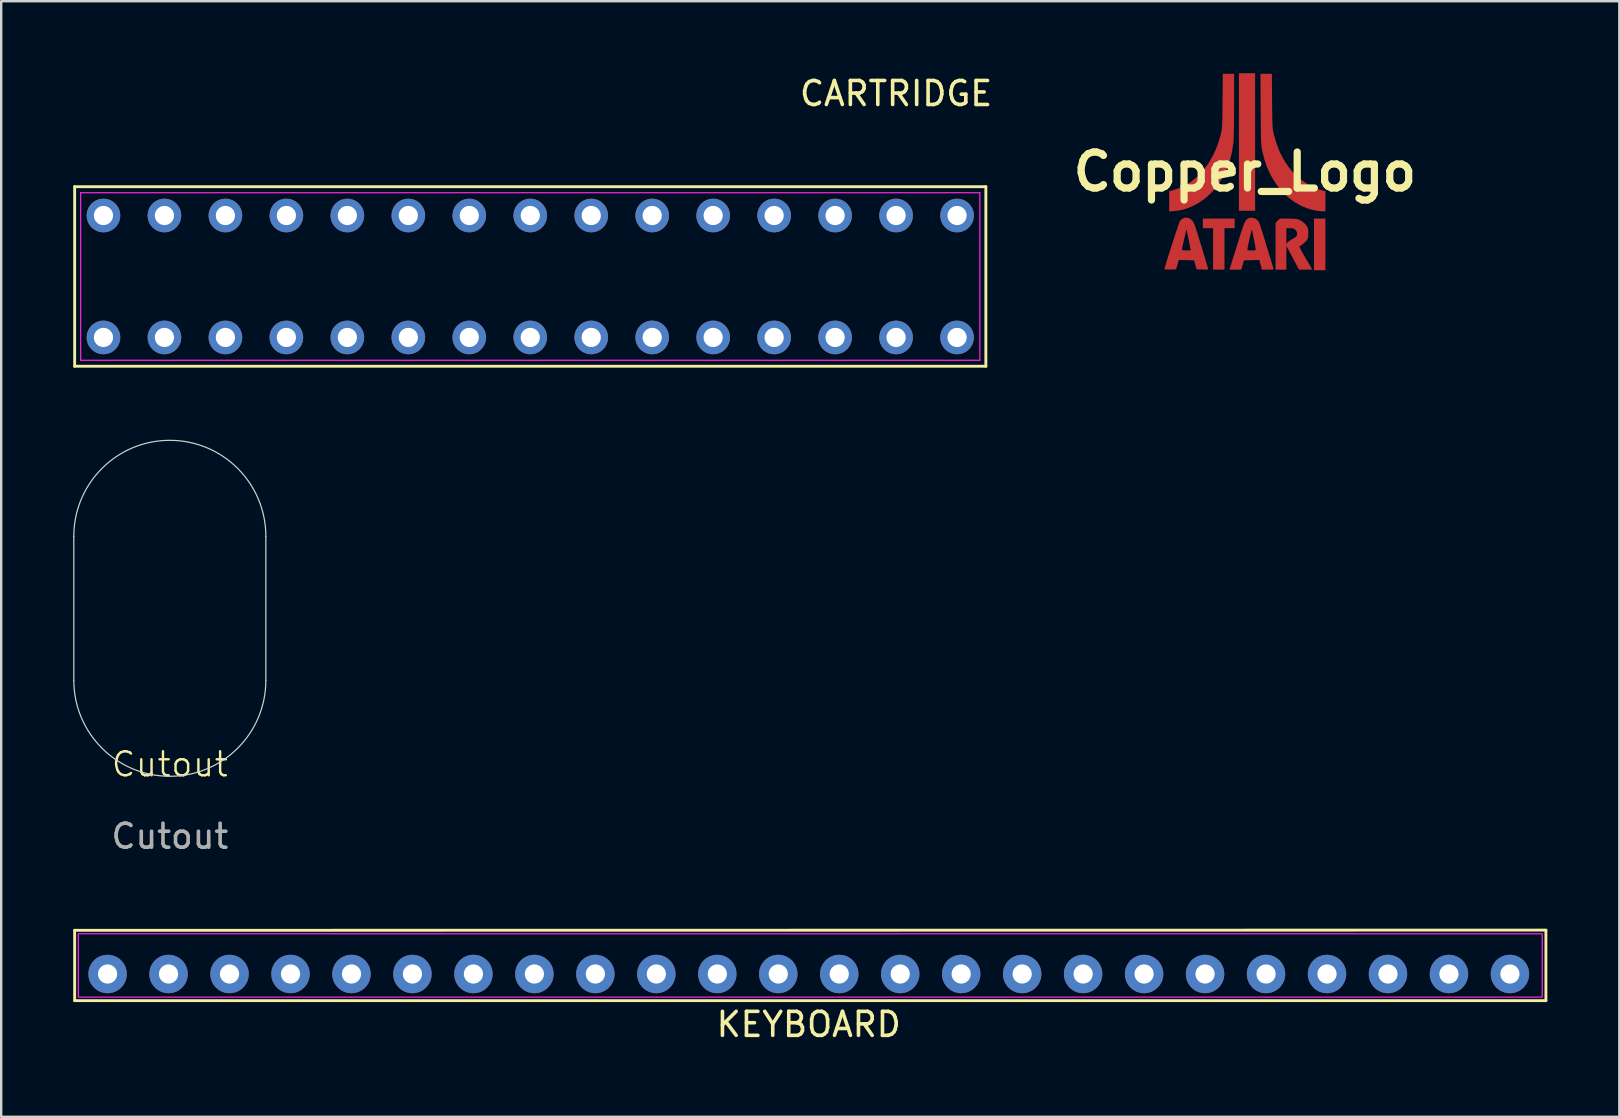
<source format=kicad_pcb>
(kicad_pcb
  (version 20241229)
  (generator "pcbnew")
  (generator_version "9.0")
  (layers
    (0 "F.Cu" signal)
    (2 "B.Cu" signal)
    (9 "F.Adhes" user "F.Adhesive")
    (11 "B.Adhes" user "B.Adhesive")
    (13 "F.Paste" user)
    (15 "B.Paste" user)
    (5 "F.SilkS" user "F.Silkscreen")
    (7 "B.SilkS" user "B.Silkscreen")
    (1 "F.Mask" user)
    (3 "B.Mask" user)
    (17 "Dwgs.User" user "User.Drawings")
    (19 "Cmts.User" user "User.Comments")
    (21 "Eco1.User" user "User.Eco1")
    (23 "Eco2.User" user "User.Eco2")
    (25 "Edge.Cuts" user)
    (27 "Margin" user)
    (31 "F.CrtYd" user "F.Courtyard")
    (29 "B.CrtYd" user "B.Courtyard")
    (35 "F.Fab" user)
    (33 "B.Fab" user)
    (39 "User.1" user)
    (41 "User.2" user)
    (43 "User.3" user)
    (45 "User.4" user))
  (footprint "Copper_Logo"
    (layer "F.Cu")
    (at 48.812 4.104)
    (property "Reference" "Copper_Logo" (at 0 0 0) (layer "F.SilkS") (effects (font (size 1.5 1.5) (thickness 0.3))))
    (attr board_only exclude_from_pos_files exclude_from_bom)
    (fp_poly (pts (xy 0.425 -1.239) (xy 0.425 1.627) (xy 0.088 1.627) (xy -0.25 1.627) (xy -0.25 -1.239) (xy -0.25 -4.104) (xy 0.088 -4.104) (xy 0.425 -4.104)) (stroke (width 0) (type solid)) (fill yes) (layer "F.Cu"))
    (fp_poly (pts (xy 3.353 3.028) (xy 3.353 4.104) (xy 3.116 4.104) (xy 2.878 4.104) (xy 2.878 3.028) (xy 2.878 1.952) (xy 3.116 1.952) (xy 3.353 1.952)) (stroke (width 0) (type solid)) (fill yes) (layer "F.Cu"))
    (fp_poly (pts (xy -0.425 2.152) (xy -0.425 2.352) (xy -0.638 2.352) (xy -0.851 2.352) (xy -0.851 3.216) (xy -0.851 4.079) (xy -1.089 4.079) (xy -1.326 4.079) (xy -1.326 3.216) (xy -1.326 2.352) (xy -1.539 2.352) (xy -1.752 2.352) (xy -1.752 2.152) (xy -1.752 1.952) (xy -1.089 1.952) (xy -0.425 1.952)) (stroke (width 0) (type solid)) (fill yes) (layer "F.Cu"))
    (fp_poly (pts (xy -0.45 -2.78) (xy -0.451 -2.515) (xy -0.452 -2.259) (xy -0.455 -2.017) (xy -0.458 -1.795) (xy -0.462 -1.6) (xy -0.466 -1.436) (xy -0.471 -1.31) (xy -0.476 -1.228) (xy -0.477 -1.223) (xy -0.539 -0.815) (xy -0.639 -0.427) (xy -0.776 -0.061) (xy -0.948 0.278) (xy -1.152 0.587) (xy -1.387 0.864) (xy -1.65 1.105) (xy -1.939 1.307) (xy -2.115 1.403) (xy -2.383 1.519) (xy -2.649 1.595) (xy -2.932 1.638) (xy -2.947 1.639) (xy -3.153 1.657) (xy -3.153 1.235) (xy -3.153 0.812) (xy -2.988 0.769) (xy -2.817 0.713) (xy -2.627 0.633) (xy -2.439 0.537) (xy -2.272 0.436) (xy -2.236 0.411) (xy -1.968 0.19) (xy -1.724 -0.072) (xy -1.505 -0.37) (xy -1.316 -0.7) (xy -1.159 -1.058) (xy -1.036 -1.438) (xy -0.997 -1.597) (xy -0.984 -1.658) (xy -0.973 -1.718) (xy -0.964 -1.782) (xy -0.957 -1.856) (xy -0.951 -1.944) (xy -0.946 -2.053) (xy -0.943 -2.187) (xy -0.939 -2.352) (xy -0.937 -2.553) (xy -0.934 -2.796) (xy -0.933 -2.959) (xy -0.922 -4.079) (xy -0.686 -4.079) (xy -0.45 -4.079)) (stroke (width 0) (type solid)) (fill yes) (layer "F.Cu"))
    (fp_poly (pts (xy 1.133 -2.947) (xy 1.135 -2.679) (xy 1.137 -2.455) (xy 1.14 -2.272) (xy 1.143 -2.122) (xy 1.147 -2.001) (xy 1.151 -1.903) (xy 1.157 -1.824) (xy 1.165 -1.757) (xy 1.174 -1.698) (xy 1.186 -1.641) (xy 1.2 -1.581) (xy 1.207 -1.552) (xy 1.32 -1.161) (xy 1.459 -0.808) (xy 1.628 -0.485) (xy 1.829 -0.186) (xy 1.965 -0.017) (xy 2.153 0.177) (xy 2.371 0.356) (xy 2.607 0.515) (xy 2.851 0.646) (xy 3.09 0.741) (xy 3.174 0.766) (xy 3.353 0.812) (xy 3.353 1.232) (xy 3.353 1.652) (xy 3.247 1.649) (xy 3.16 1.643) (xy 3.054 1.632) (xy 2.99 1.624) (xy 2.675 1.554) (xy 2.371 1.436) (xy 2.081 1.275) (xy 1.809 1.073) (xy 1.557 0.832) (xy 1.33 0.555) (xy 1.131 0.245) (xy 1.015 0.023) (xy 0.905 -0.233) (xy 0.817 -0.49) (xy 0.744 -0.768) (xy 0.721 -0.871) (xy 0.71 -0.929) (xy 0.7 -0.985) (xy 0.691 -1.043) (xy 0.684 -1.108) (xy 0.678 -1.184) (xy 0.673 -1.276) (xy 0.67 -1.389) (xy 0.666 -1.526) (xy 0.664 -1.692) (xy 0.662 -1.892) (xy 0.66 -2.13) (xy 0.658 -2.411) (xy 0.656 -2.609) (xy 0.647 -4.079) (xy 0.885 -4.079) (xy 1.122 -4.079)) (stroke (width 0) (type solid)) (fill yes) (layer "F.Cu"))
    (fp_poly (pts (xy 1.796 1.953) (xy 1.974 1.957) (xy 2.113 1.966) (xy 2.209 1.98) (xy 2.233 1.988) (xy 2.379 2.064) (xy 2.508 2.177) (xy 2.572 2.259) (xy 2.607 2.317) (xy 2.628 2.374) (xy 2.637 2.444) (xy 2.64 2.546) (xy 2.64 2.565) (xy 2.638 2.67) (xy 2.631 2.741) (xy 2.614 2.793) (xy 2.584 2.842) (xy 2.569 2.863) (xy 2.509 2.929) (xy 2.432 2.999) (xy 2.354 3.061) (xy 2.288 3.102) (xy 2.272 3.109) (xy 2.276 3.132) (xy 2.303 3.192) (xy 2.349 3.282) (xy 2.412 3.395) (xy 2.487 3.527) (xy 2.524 3.589) (xy 2.605 3.727) (xy 2.677 3.849) (xy 2.736 3.951) (xy 2.779 4.024) (xy 2.8 4.064) (xy 2.803 4.069) (xy 2.779 4.073) (xy 2.716 4.076) (xy 2.623 4.078) (xy 2.529 4.079) (xy 2.255 4.079) (xy 1.991 3.585) (xy 1.727 3.091) (xy 1.727 3.585) (xy 1.727 4.079) (xy 1.501 4.079) (xy 1.276 4.079) (xy 1.276 3.104) (xy 1.276 2.681) (xy 1.727 2.681) (xy 1.727 3.01) (xy 1.779 2.943) (xy 1.832 2.894) (xy 1.909 2.84) (xy 1.961 2.812) (xy 2.065 2.756) (xy 2.13 2.708) (xy 2.164 2.661) (xy 2.177 2.604) (xy 2.177 2.584) (xy 2.16 2.5) (xy 2.104 2.425) (xy 2.056 2.384) (xy 2.007 2.362) (xy 1.939 2.353) (xy 1.879 2.352) (xy 1.727 2.352) (xy 1.727 2.681) (xy 1.276 2.681) (xy 1.276 2.129) (xy 1.365 2.04) (xy 1.453 1.952)) (stroke (width 0) (type solid)) (fill yes) (layer "F.Cu"))
    (fp_poly (pts (xy -2.28 1.959) (xy -2.202 2.024) (xy -2.179 2.051) (xy -2.156 2.083) (xy -2.134 2.124) (xy -2.109 2.18) (xy -2.081 2.255) (xy -2.046 2.355) (xy -2.004 2.484) (xy -1.953 2.648) (xy -1.891 2.85) (xy -1.829 3.054) (xy -1.765 3.263) (xy -1.706 3.458) (xy -1.653 3.633) (xy -1.608 3.784) (xy -1.571 3.904) (xy -1.546 3.989) (xy -1.533 4.033) (xy -1.532 4.036) (xy -1.531 4.057) (xy -1.545 4.069) (xy -1.584 4.075) (xy -1.655 4.076) (xy -1.767 4.074) (xy -2.013 4.067) (xy -2.066 3.879) (xy -2.119 3.691) (xy -2.435 3.684) (xy -2.751 3.677) (xy -2.81 3.872) (xy -2.869 4.067) (xy -3.111 4.074) (xy -3.214 4.075) (xy -3.296 4.072) (xy -3.344 4.066) (xy -3.353 4.06) (xy -3.346 4.025) (xy -3.324 3.948) (xy -3.291 3.836) (xy -3.248 3.696) (xy -3.198 3.533) (xy -3.141 3.354) (xy -3.111 3.26) (xy -2.628 3.26) (xy -2.605 3.269) (xy -2.544 3.275) (xy -2.457 3.278) (xy -2.439 3.278) (xy -2.344 3.277) (xy -2.289 3.273) (xy -2.264 3.262) (xy -2.261 3.241) (xy -2.265 3.222) (xy -2.274 3.178) (xy -2.291 3.096) (xy -2.314 2.984) (xy -2.34 2.855) (xy -2.353 2.792) (xy -2.379 2.662) (xy -2.402 2.551) (xy -2.421 2.467) (xy -2.432 2.419) (xy -2.435 2.411) (xy -2.442 2.432) (xy -2.458 2.492) (xy -2.48 2.582) (xy -2.505 2.693) (xy -2.533 2.815) (xy -2.561 2.938) (xy -2.587 3.054) (xy -2.608 3.152) (xy -2.622 3.224) (xy -2.628 3.259) (xy -2.628 3.26) (xy -3.111 3.26) (xy -3.081 3.165) (xy -3.019 2.973) (xy -2.958 2.784) (xy -2.899 2.603) (xy -2.844 2.438) (xy -2.795 2.294) (xy -2.755 2.178) (xy -2.726 2.096) (xy -2.709 2.055) (xy -2.707 2.052) (xy -2.614 1.961) (xy -2.506 1.915) (xy -2.392 1.914)) (stroke (width 0) (type solid)) (fill yes) (layer "F.Cu"))
    (fp_poly (pts (xy 0.397 1.937) (xy 0.505 1.998) (xy 0.583 2.093) (xy 0.586 2.098) (xy 0.601 2.137) (xy 0.629 2.218) (xy 0.667 2.335) (xy 0.715 2.483) (xy 0.769 2.657) (xy 0.829 2.849) (xy 0.892 3.055) (xy 0.899 3.079) (xy 0.962 3.285) (xy 1.02 3.477) (xy 1.073 3.649) (xy 1.118 3.796) (xy 1.154 3.913) (xy 1.178 3.994) (xy 1.19 4.033) (xy 1.191 4.035) (xy 1.193 4.055) (xy 1.178 4.068) (xy 1.138 4.075) (xy 1.064 4.078) (xy 0.955 4.079) (xy 0.706 4.079) (xy 0.689 4.01) (xy 0.673 3.946) (xy 0.649 3.859) (xy 0.635 3.809) (xy 0.597 3.677) (xy 0.28 3.684) (xy -0.036 3.691) (xy -0.094 3.885) (xy -0.153 4.079) (xy -0.4 4.079) (xy -0.648 4.079) (xy -0.612 3.973) (xy -0.597 3.925) (xy -0.568 3.835) (xy -0.529 3.71) (xy -0.48 3.555) (xy -0.424 3.377) (xy -0.383 3.245) (xy 0.1 3.245) (xy 0.115 3.264) (xy 0.164 3.274) (xy 0.255 3.278) (xy 0.275 3.278) (xy 0.368 3.277) (xy 0.422 3.27) (xy 0.445 3.255) (xy 0.45 3.234) (xy 0.446 3.196) (xy 0.434 3.122) (xy 0.415 3.022) (xy 0.393 2.907) (xy 0.369 2.784) (xy 0.345 2.665) (xy 0.322 2.558) (xy 0.304 2.474) (xy 0.291 2.421) (xy 0.286 2.409) (xy 0.277 2.435) (xy 0.261 2.5) (xy 0.239 2.595) (xy 0.213 2.709) (xy 0.185 2.832) (xy 0.158 2.955) (xy 0.134 3.068) (xy 0.115 3.161) (xy 0.103 3.223) (xy 0.1 3.245) (xy -0.383 3.245) (xy -0.363 3.182) (xy -0.3 2.978) (xy -0.227 2.746) (xy -0.167 2.556) (xy -0.118 2.405) (xy -0.078 2.287) (xy -0.045 2.196) (xy -0.017 2.129) (xy 0.007 2.079) (xy 0.03 2.043) (xy 0.053 2.014) (xy 0.064 2.002) (xy 0.127 1.947) (xy 0.184 1.921) (xy 0.262 1.914) (xy 0.269 1.914)) (stroke (width 0) (type solid)) (fill yes) (layer "F.Cu")))
  (footprint "CARTRIDGE"
    (layer "F.Cu")
    (at 19.04 8.468)
    (property "Reference" "CARTRIDGE" (at 15.24 -7.62 180) (layer "F.SilkS") (effects (font (size 1 1) (thickness 0.15))))
    (attr through_hole)
    (fp_line (start -18.98 -3.74) (end -18.98 3.74) (stroke (width 0.12) (type default)) (layer "F.SilkS"))
    (fp_line (start -18.98 3.74) (end 18.98 3.74) (stroke (width 0.12) (type default)) (layer "F.SilkS"))
    (fp_line (start 18.98 -3.74) (end -18.98 -3.74) (stroke (width 0.12) (type default)) (layer "F.SilkS"))
    (fp_line (start 18.98 3.74) (end 18.98 -3.74) (stroke (width 0.12) (type default)) (layer "F.SilkS"))
    (fp_line (start -18.73 -3.49) (end 18.73 -3.49) (stroke (width 0.05) (type default)) (layer "F.CrtYd"))
    (fp_line (start -18.73 3.49) (end -18.73 -3.49) (stroke (width 0.05) (type default)) (layer "F.CrtYd"))
    (fp_line (start 18.73 -3.49) (end 18.73 3.49) (stroke (width 0.05) (type default)) (layer "F.CrtYd"))
    (fp_line (start 18.73 3.49) (end -18.73 3.49) (stroke (width 0.05) (type default)) (layer "F.CrtYd"))
    (pad "1" thru_hole circle (at 17.78 -2.54 180) (size 1.4 1.4) (drill 0.8) (layers "*.Cu" "*.Mask"))
    (pad "2" thru_hole circle (at 15.24 -2.54 180) (size 1.4 1.4) (drill 0.8) (layers "*.Cu" "*.Mask"))
    (pad "3" thru_hole circle (at 12.7 -2.54 180) (size 1.4 1.4) (drill 0.8) (layers "*.Cu" "*.Mask"))
    (pad "4" thru_hole circle (at 10.16 -2.54 180) (size 1.4 1.4) (drill 0.8) (layers "*.Cu" "*.Mask"))
    (pad "5" thru_hole circle (at 7.62 -2.54 180) (size 1.4 1.4) (drill 0.8) (layers "*.Cu" "*.Mask"))
    (pad "6" thru_hole circle (at 5.08 -2.54 180) (size 1.4 1.4) (drill 0.8) (layers "*.Cu" "*.Mask"))
    (pad "7" thru_hole circle (at 2.54 -2.54 180) (size 1.4 1.4) (drill 0.8) (layers "*.Cu" "*.Mask"))
    (pad "8" thru_hole circle (at 0 -2.54 180) (size 1.4 1.4) (drill 0.8) (layers "*.Cu" "*.Mask"))
    (pad "9" thru_hole circle (at -2.54 -2.54 180) (size 1.4 1.4) (drill 0.8) (layers "*.Cu" "*.Mask"))
    (pad "10" thru_hole circle (at -5.08 -2.54 180) (size 1.4 1.4) (drill 0.8) (layers "*.Cu" "*.Mask"))
    (pad "11" thru_hole circle (at -7.62 -2.54 180) (size 1.4 1.4) (drill 0.8) (layers "*.Cu" "*.Mask"))
    (pad "12" thru_hole circle (at -10.16 -2.54 180) (size 1.4 1.4) (drill 0.8) (layers "*.Cu" "*.Mask"))
    (pad "13" thru_hole circle (at -12.7 -2.54 180) (size 1.4 1.4) (drill 0.8) (layers "*.Cu" "*.Mask"))
    (pad "14" thru_hole circle (at -15.24 -2.54 180) (size 1.4 1.4) (drill 0.8) (layers "*.Cu" "*.Mask"))
    (pad "15" thru_hole circle (at -17.78 -2.54 180) (size 1.4 1.4) (drill 0.8) (layers "*.Cu" "*.Mask"))
    (pad "A" thru_hole circle (at 17.78 2.54 180) (size 1.4 1.4) (drill 0.8) (layers "*.Cu" "*.Mask"))
    (pad "B" thru_hole circle (at 15.24 2.54 180) (size 1.4 1.4) (drill 0.8) (layers "*.Cu" "*.Mask"))
    (pad "C" thru_hole circle (at 12.7 2.54 180) (size 1.4 1.4) (drill 0.8) (layers "*.Cu" "*.Mask"))
    (pad "D" thru_hole circle (at 10.16 2.54 180) (size 1.4 1.4) (drill 0.8) (layers "*.Cu" "*.Mask"))
    (pad "E" thru_hole circle (at 7.62 2.54 180) (size 1.4 1.4) (drill 0.8) (layers "*.Cu" "*.Mask"))
    (pad "F" thru_hole circle (at 5.08 2.54 180) (size 1.4 1.4) (drill 0.8) (layers "*.Cu" "*.Mask"))
    (pad "H" thru_hole circle (at 2.54 2.54 180) (size 1.4 1.4) (drill 0.8) (layers "*.Cu" "*.Mask"))
    (pad "J" thru_hole circle (at 0 2.54 180) (size 1.4 1.4) (drill 0.8) (layers "*.Cu" "*.Mask"))
    (pad "K" thru_hole circle (at -2.54 2.54 180) (size 1.4 1.4) (drill 0.8) (layers "*.Cu" "*.Mask"))
    (pad "L" thru_hole circle (at -5.08 2.54 180) (size 1.4 1.4) (drill 0.8) (layers "*.Cu" "*.Mask"))
    (pad "M" thru_hole circle (at -7.62 2.54 180) (size 1.4 1.4) (drill 0.8) (layers "*.Cu" "*.Mask"))
    (pad "N" thru_hole circle (at -10.16 2.54 180) (size 1.4 1.4) (drill 0.8) (layers "*.Cu" "*.Mask"))
    (pad "P" thru_hole circle (at -12.7 2.54 180) (size 1.4 1.4) (drill 0.8) (layers "*.Cu" "*.Mask"))
    (pad "R" thru_hole circle (at -15.24 2.54 180) (size 1.4 1.4) (drill 0.8) (layers "*.Cu" "*.Mask"))
    (pad "S" thru_hole circle (at -17.78 2.54 180) (size 1.4 1.4) (drill 0.8) (layers "*.Cu" "*.Mask")))
  (footprint "KEYBOARD"
    (layer "F.Cu")
    (at 30.642 37.526)
    (property "Reference" "KEYBOARD" (at 0 2.1 0) (layer "F.SilkS") (effects (font (size 1 1) (thickness 0.15))))
    (attr through_hole)
    (fp_line (start -30.582 -1.82) (end 30.709 -1.829) (stroke (width 0.12) (type default)) (layer "F.SilkS"))
    (fp_line (start -30.582 1.109) (end -30.582 -1.82) (stroke (width 0.12) (type default)) (layer "F.SilkS"))
    (fp_line (start 30.709 -1.82) (end 30.709 1.109) (stroke (width 0.12) (type default)) (layer "F.SilkS"))
    (fp_line (start 30.709 1.109) (end -30.582 1.109) (stroke (width 0.12) (type default)) (layer "F.SilkS"))
    (fp_rect (start -30.429 -1.676) (end 30.556 0.965) (stroke (width 0.05) (type default)) (fill no) (layer "F.CrtYd"))
    (pad "1" thru_hole circle (at -29.21 0) (size 1.6 1.6) (drill 0.8) (layers "*.Cu" "*.Mask"))
    (pad "2" thru_hole circle (at -26.67 0) (size 1.6 1.6) (drill 0.8) (layers "*.Cu" "*.Mask"))
    (pad "3" thru_hole circle (at -24.13 0) (size 1.6 1.6) (drill 0.8) (layers "*.Cu" "*.Mask"))
    (pad "4" thru_hole circle (at -21.59 0) (size 1.6 1.6) (drill 0.8) (layers "*.Cu" "*.Mask"))
    (pad "5" thru_hole circle (at -19.05 0) (size 1.6 1.6) (drill 0.8) (layers "*.Cu" "*.Mask"))
    (pad "6" thru_hole circle (at -16.51 0) (size 1.6 1.6) (drill 0.8) (layers "*.Cu" "*.Mask"))
    (pad "7" thru_hole circle (at -13.97 0) (size 1.6 1.6) (drill 0.8) (layers "*.Cu" "*.Mask"))
    (pad "8" thru_hole circle (at -11.43 0) (size 1.6 1.6) (drill 0.8) (layers "*.Cu" "*.Mask"))
    (pad "9" thru_hole circle (at -8.89 0) (size 1.6 1.6) (drill 0.8) (layers "*.Cu" "*.Mask"))
    (pad "10" thru_hole circle (at -6.35 0) (size 1.6 1.6) (drill 0.8) (layers "*.Cu" "*.Mask"))
    (pad "11" thru_hole circle (at -3.81 0) (size 1.6 1.6) (drill 0.8) (layers "*.Cu" "*.Mask"))
    (pad "12" thru_hole circle (at -1.27 0) (size 1.6 1.6) (drill 0.8) (layers "*.Cu" "*.Mask"))
    (pad "13" thru_hole circle (at 1.27 0) (size 1.6 1.6) (drill 0.8) (layers "*.Cu" "*.Mask"))
    (pad "14" thru_hole circle (at 3.81 0) (size 1.6 1.6) (drill 0.8) (layers "*.Cu" "*.Mask"))
    (pad "15" thru_hole circle (at 6.35 0) (size 1.6 1.6) (drill 0.8) (layers "*.Cu" "*.Mask"))
    (pad "16" thru_hole circle (at 8.89 0) (size 1.6 1.6) (drill 0.8) (layers "*.Cu" "*.Mask"))
    (pad "17" thru_hole circle (at 11.43 0) (size 1.6 1.6) (drill 0.8) (layers "*.Cu" "*.Mask"))
    (pad "18" thru_hole circle (at 13.97 0) (size 1.6 1.6) (drill 0.8) (layers "*.Cu" "*.Mask"))
    (pad "19" thru_hole circle (at 16.51 0) (size 1.6 1.6) (drill 0.8) (layers "*.Cu" "*.Mask"))
    (pad "20" thru_hole circle (at 19.05 0) (size 1.6 1.6) (drill 0.8) (layers "*.Cu" "*.Mask"))
    (pad "21" thru_hole circle (at 21.59 0) (size 1.6 1.6) (drill 0.8) (layers "*.Cu" "*.Mask"))
    (pad "22" thru_hole circle (at 24.13 0) (size 1.6 1.6) (drill 0.8) (layers "*.Cu" "*.Mask"))
    (pad "23" thru_hole circle (at 26.67 0) (size 1.6 1.6) (drill 0.8) (layers "*.Cu" "*.Mask"))
    (pad "24" thru_hole circle (at 29.21 0) (size 1.6 1.6) (drill 0.8) (layers "*.Cu" "*.Mask")))
  (footprint "Cutout"
    (layer "F.Cu")
    (at 4.025 29.289)
    (property "Reference" "Cutout" (at 0 -0.5 0) (unlocked yes) (layer "F.SilkS") (effects (font (size 1 1) (thickness 0.1))))
    (attr through_hole)
    (fp_line (start -4 -9.995) (end -4 -4) (stroke (width 0.05) (type default)) (layer "Edge.Cuts"))
    (fp_line (start 4 -9.995) (end 4 -4) (stroke (width 0.05) (type default)) (layer "Edge.Cuts"))
    (fp_arc (start -4 -9.9954) (mid 0 -13.9954) (end 4 -9.9954) (stroke (width 0.05) (type solid)) (layer "Edge.Cuts"))
    (fp_arc (start 4 -4) (mid 0 0) (end -4 -4) (stroke (width 0.05) (type solid)) (layer "Edge.Cuts"))
    (fp_text user "${REFERENCE}" (at 0 2.5 0) (unlocked yes) (layer "F.Fab") (effects (font (size 1 1) (thickness 0.15)))))
  (gr_rect
    (start -3 -3)
    (end 64.41 43.474)
    (stroke (width 0.1) (type default))
    (fill no)
    (layer "Edge.Cuts")))
</source>
